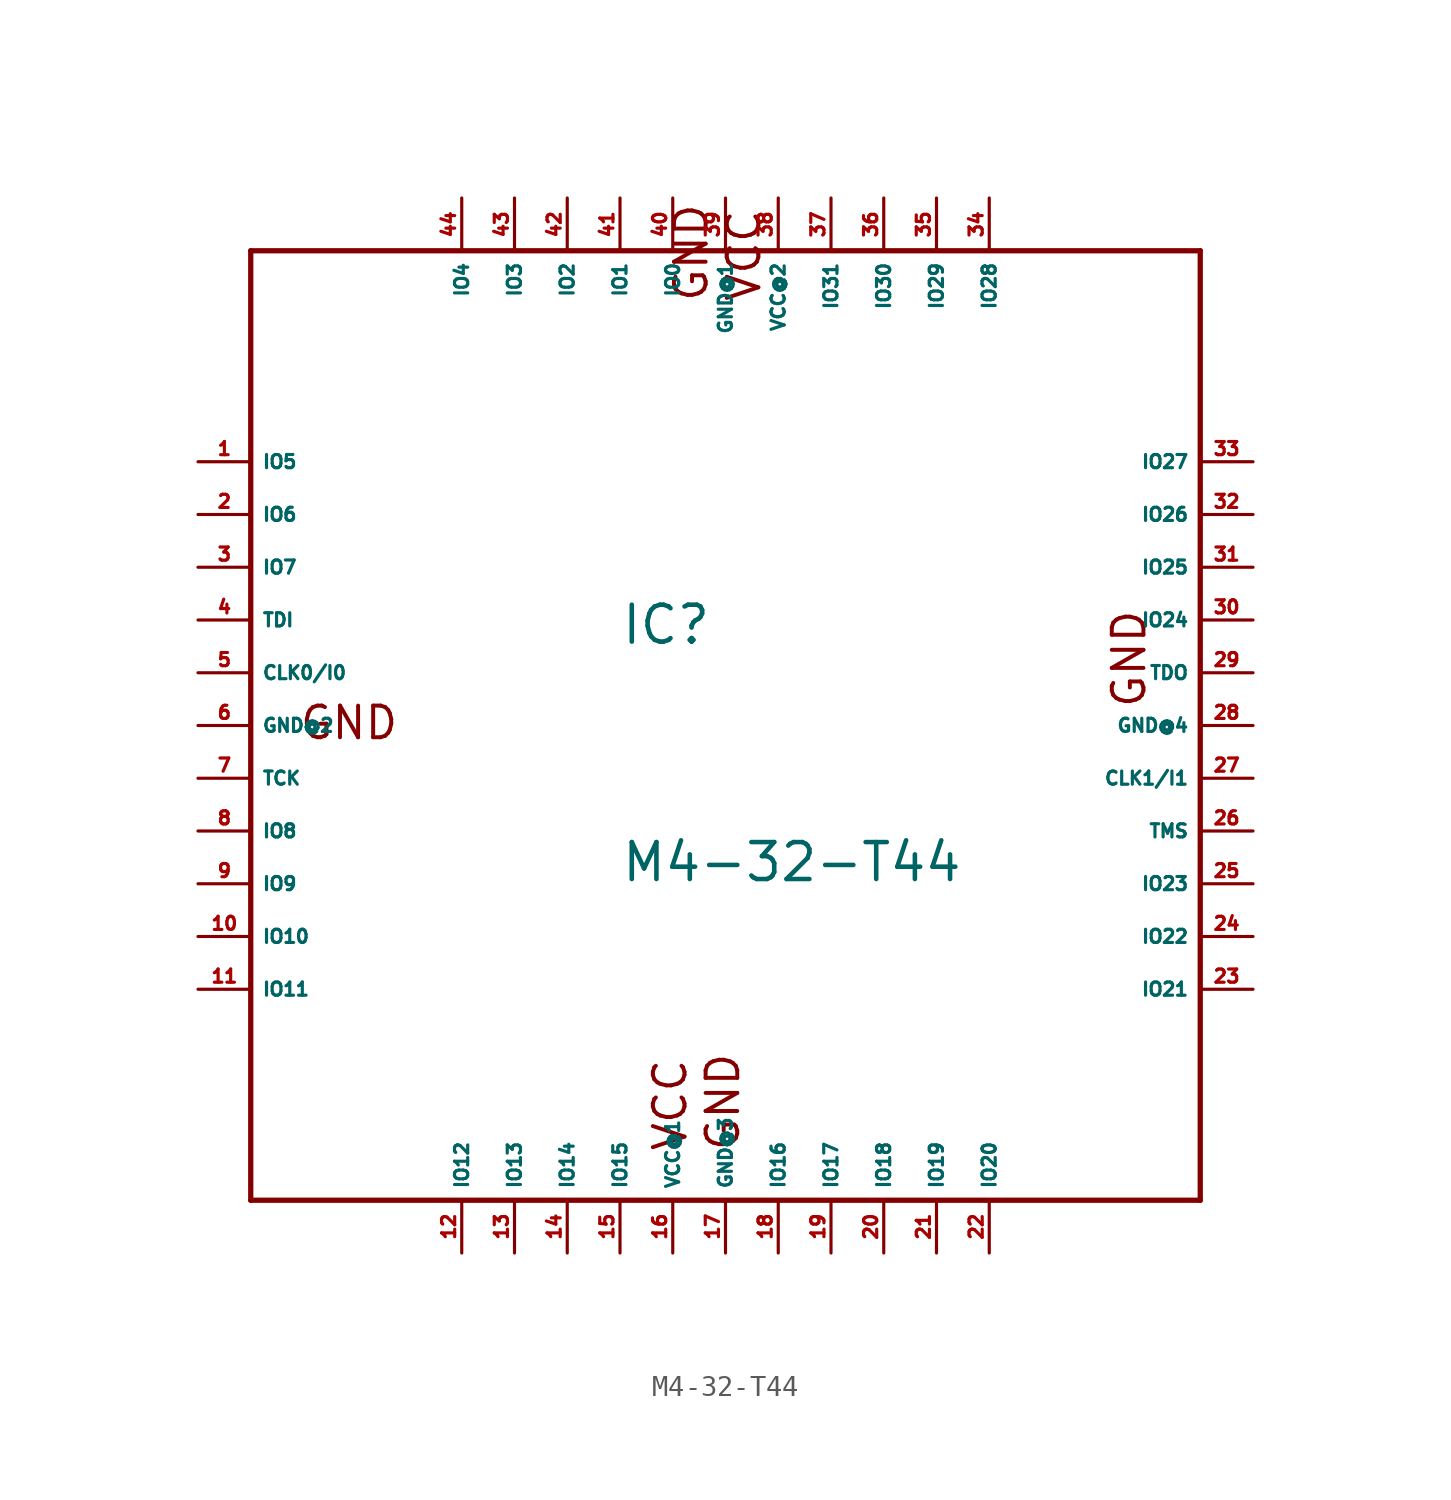
<source format=kicad_sym>
(kicad_symbol_lib
  (version 20220914)
  (generator Eagle2Kicad)
  (symbol "M4-32-T44"
    (property "Reference" "IC"
      (at -5.08 3.81 0)
      (effects (font (size 1.778 1.778) (thickness 0.22)) (justify left bottom)))
    (property "Value" "M4-32-T44"
      (at -5.08 -7.62 0)
      (effects (font (size 1.778 1.778) (thickness 0.22)) (justify left bottom)))
    (polyline
      (pts (xy -22.86 22.86) (xy -22.86 -22.86))
      (stroke (width 0.254) (type default))
      (fill (type none)))
    (polyline
      (pts (xy -22.86 -22.86) (xy 22.86 -22.86))
      (stroke (width 0.254) (type default))
      (fill (type none)))
    (polyline
      (pts (xy 22.86 -22.86) (xy 22.86 22.86))
      (stroke (width 0.254) (type default))
      (fill (type none)))
    (polyline
      (pts (xy 22.86 22.86) (xy -22.86 22.86))
      (stroke (width 0.254) (type default))
      (fill (type none)))
    (text "GND"
      (at -20.574 -0.762 0)
      (effects (font (size 1.524 1.524) (thickness 0.19)) (justify left bottom)))
    (text "GND"
      (at 0.762 -20.574 900)
      (effects (font (size 1.524 1.524) (thickness 0.19)) (justify left bottom)))
    (text "GND"
      (at 20.32 0.762 1800)
      (effects (font (size 1.524 1.524) (thickness 0.19)) (justify left bottom)))
    (text "GND"
      (at -0.762 20.32 2700)
      (effects (font (size 1.524 1.524) (thickness 0.19)) (justify left bottom)))
    (text "VCC"
      (at 1.778 20.32 2700)
      (effects (font (size 1.524 1.524) (thickness 0.19)) (justify left bottom)))
    (text "VCC"
      (at -1.778 -20.574 900)
      (effects (font (size 1.524 1.524) (thickness 0.19)) (justify left bottom)))
    (pin input line
      (at -25.4 2.54 0)
      (length 2.54)
      (name "CLK0/I0" (effects (font (size 0.635 0.635) (thickness 0.08)) (justify left bottom)))
      (number "5" (effects (font (size 0.635 0.635) (thickness 0.08)) (justify left bottom))))
    (pin input line
      (at 25.4 -2.54 180)
      (length 2.54)
      (name "CLK1/I1" (effects (font (size 0.635 0.635) (thickness 0.08)) (justify left bottom)))
      (number "27" (effects (font (size 0.635 0.635) (thickness 0.08)) (justify left bottom))))
    (pin input line
      (at -25.4 5.08 0)
      (length 2.54)
      (name "TDI" (effects (font (size 0.635 0.635) (thickness 0.08)) (justify left bottom)))
      (number "4" (effects (font (size 0.635 0.635) (thickness 0.08)) (justify left bottom))))
    (pin input line
      (at -25.4 -2.54 0)
      (length 2.54)
      (name "TCK" (effects (font (size 0.635 0.635) (thickness 0.08)) (justify left bottom)))
      (number "7" (effects (font (size 0.635 0.635) (thickness 0.08)) (justify left bottom))))
    (pin input line
      (at 25.4 -5.08 180)
      (length 2.54)
      (name "TMS" (effects (font (size 0.635 0.635) (thickness 0.08)) (justify left bottom)))
      (number "26" (effects (font (size 0.635 0.635) (thickness 0.08)) (justify left bottom))))
    (pin output line
      (at 25.4 2.54 180)
      (length 2.54)
      (name "TDO" (effects (font (size 0.635 0.635) (thickness 0.08)) (justify left bottom)))
      (number "29" (effects (font (size 0.635 0.635) (thickness 0.08)) (justify left bottom))))
    (pin bidirectional line
      (at -2.54 25.4 270)
      (length 2.54)
      (name "IO0" (effects (font (size 0.635 0.635) (thickness 0.08)) (justify left bottom)))
      (number "40" (effects (font (size 0.635 0.635) (thickness 0.08)) (justify left bottom))))
    (pin bidirectional line
      (at -5.08 25.4 270)
      (length 2.54)
      (name "IO1" (effects (font (size 0.635 0.635) (thickness 0.08)) (justify left bottom)))
      (number "41" (effects (font (size 0.635 0.635) (thickness 0.08)) (justify left bottom))))
    (pin bidirectional line
      (at -7.62 25.4 270)
      (length 2.54)
      (name "IO2" (effects (font (size 0.635 0.635) (thickness 0.08)) (justify left bottom)))
      (number "42" (effects (font (size 0.635 0.635) (thickness 0.08)) (justify left bottom))))
    (pin bidirectional line
      (at -10.16 25.4 270)
      (length 2.54)
      (name "IO3" (effects (font (size 0.635 0.635) (thickness 0.08)) (justify left bottom)))
      (number "43" (effects (font (size 0.635 0.635) (thickness 0.08)) (justify left bottom))))
    (pin bidirectional line
      (at -12.7 25.4 270)
      (length 2.54)
      (name "IO4" (effects (font (size 0.635 0.635) (thickness 0.08)) (justify left bottom)))
      (number "44" (effects (font (size 0.635 0.635) (thickness 0.08)) (justify left bottom))))
    (pin bidirectional line
      (at -25.4 12.7 0)
      (length 2.54)
      (name "IO5" (effects (font (size 0.635 0.635) (thickness 0.08)) (justify left bottom)))
      (number "1" (effects (font (size 0.635 0.635) (thickness 0.08)) (justify left bottom))))
    (pin bidirectional line
      (at -25.4 10.16 0)
      (length 2.54)
      (name "IO6" (effects (font (size 0.635 0.635) (thickness 0.08)) (justify left bottom)))
      (number "2" (effects (font (size 0.635 0.635) (thickness 0.08)) (justify left bottom))))
    (pin bidirectional line
      (at -25.4 7.62 0)
      (length 2.54)
      (name "IO7" (effects (font (size 0.635 0.635) (thickness 0.08)) (justify left bottom)))
      (number "3" (effects (font (size 0.635 0.635) (thickness 0.08)) (justify left bottom))))
    (pin bidirectional line
      (at -25.4 -5.08 0)
      (length 2.54)
      (name "IO8" (effects (font (size 0.635 0.635) (thickness 0.08)) (justify left bottom)))
      (number "8" (effects (font (size 0.635 0.635) (thickness 0.08)) (justify left bottom))))
    (pin bidirectional line
      (at -25.4 -7.62 0)
      (length 2.54)
      (name "IO9" (effects (font (size 0.635 0.635) (thickness 0.08)) (justify left bottom)))
      (number "9" (effects (font (size 0.635 0.635) (thickness 0.08)) (justify left bottom))))
    (pin bidirectional line
      (at -25.4 -10.16 0)
      (length 2.54)
      (name "IO10" (effects (font (size 0.635 0.635) (thickness 0.08)) (justify left bottom)))
      (number "10" (effects (font (size 0.635 0.635) (thickness 0.08)) (justify left bottom))))
    (pin bidirectional line
      (at -25.4 -12.7 0)
      (length 2.54)
      (name "IO11" (effects (font (size 0.635 0.635) (thickness 0.08)) (justify left bottom)))
      (number "11" (effects (font (size 0.635 0.635) (thickness 0.08)) (justify left bottom))))
    (pin bidirectional line
      (at -12.7 -25.4 90)
      (length 2.54)
      (name "IO12" (effects (font (size 0.635 0.635) (thickness 0.08)) (justify left bottom)))
      (number "12" (effects (font (size 0.635 0.635) (thickness 0.08)) (justify left bottom))))
    (pin bidirectional line
      (at -10.16 -25.4 90)
      (length 2.54)
      (name "IO13" (effects (font (size 0.635 0.635) (thickness 0.08)) (justify left bottom)))
      (number "13" (effects (font (size 0.635 0.635) (thickness 0.08)) (justify left bottom))))
    (pin bidirectional line
      (at -7.62 -25.4 90)
      (length 2.54)
      (name "IO14" (effects (font (size 0.635 0.635) (thickness 0.08)) (justify left bottom)))
      (number "14" (effects (font (size 0.635 0.635) (thickness 0.08)) (justify left bottom))))
    (pin bidirectional line
      (at -5.08 -25.4 90)
      (length 2.54)
      (name "IO15" (effects (font (size 0.635 0.635) (thickness 0.08)) (justify left bottom)))
      (number "15" (effects (font (size 0.635 0.635) (thickness 0.08)) (justify left bottom))))
    (pin bidirectional line
      (at 2.54 -25.4 90)
      (length 2.54)
      (name "IO16" (effects (font (size 0.635 0.635) (thickness 0.08)) (justify left bottom)))
      (number "18" (effects (font (size 0.635 0.635) (thickness 0.08)) (justify left bottom))))
    (pin bidirectional line
      (at 5.08 -25.4 90)
      (length 2.54)
      (name "IO17" (effects (font (size 0.635 0.635) (thickness 0.08)) (justify left bottom)))
      (number "19" (effects (font (size 0.635 0.635) (thickness 0.08)) (justify left bottom))))
    (pin bidirectional line
      (at 7.62 -25.4 90)
      (length 2.54)
      (name "IO18" (effects (font (size 0.635 0.635) (thickness 0.08)) (justify left bottom)))
      (number "20" (effects (font (size 0.635 0.635) (thickness 0.08)) (justify left bottom))))
    (pin bidirectional line
      (at 10.16 -25.4 90)
      (length 2.54)
      (name "IO19" (effects (font (size 0.635 0.635) (thickness 0.08)) (justify left bottom)))
      (number "21" (effects (font (size 0.635 0.635) (thickness 0.08)) (justify left bottom))))
    (pin bidirectional line
      (at 12.7 -25.4 90)
      (length 2.54)
      (name "IO20" (effects (font (size 0.635 0.635) (thickness 0.08)) (justify left bottom)))
      (number "22" (effects (font (size 0.635 0.635) (thickness 0.08)) (justify left bottom))))
    (pin bidirectional line
      (at 25.4 -12.7 180)
      (length 2.54)
      (name "IO21" (effects (font (size 0.635 0.635) (thickness 0.08)) (justify left bottom)))
      (number "23" (effects (font (size 0.635 0.635) (thickness 0.08)) (justify left bottom))))
    (pin bidirectional line
      (at 25.4 -10.16 180)
      (length 2.54)
      (name "IO22" (effects (font (size 0.635 0.635) (thickness 0.08)) (justify left bottom)))
      (number "24" (effects (font (size 0.635 0.635) (thickness 0.08)) (justify left bottom))))
    (pin bidirectional line
      (at 25.4 -7.62 180)
      (length 2.54)
      (name "IO23" (effects (font (size 0.635 0.635) (thickness 0.08)) (justify left bottom)))
      (number "25" (effects (font (size 0.635 0.635) (thickness 0.08)) (justify left bottom))))
    (pin bidirectional line
      (at 25.4 5.08 180)
      (length 2.54)
      (name "IO24" (effects (font (size 0.635 0.635) (thickness 0.08)) (justify left bottom)))
      (number "30" (effects (font (size 0.635 0.635) (thickness 0.08)) (justify left bottom))))
    (pin bidirectional line
      (at 25.4 7.62 180)
      (length 2.54)
      (name "IO25" (effects (font (size 0.635 0.635) (thickness 0.08)) (justify left bottom)))
      (number "31" (effects (font (size 0.635 0.635) (thickness 0.08)) (justify left bottom))))
    (pin bidirectional line
      (at 25.4 10.16 180)
      (length 2.54)
      (name "IO26" (effects (font (size 0.635 0.635) (thickness 0.08)) (justify left bottom)))
      (number "32" (effects (font (size 0.635 0.635) (thickness 0.08)) (justify left bottom))))
    (pin bidirectional line
      (at 25.4 12.7 180)
      (length 2.54)
      (name "IO27" (effects (font (size 0.635 0.635) (thickness 0.08)) (justify left bottom)))
      (number "33" (effects (font (size 0.635 0.635) (thickness 0.08)) (justify left bottom))))
    (pin bidirectional line
      (at 12.7 25.4 270)
      (length 2.54)
      (name "IO28" (effects (font (size 0.635 0.635) (thickness 0.08)) (justify left bottom)))
      (number "34" (effects (font (size 0.635 0.635) (thickness 0.08)) (justify left bottom))))
    (pin bidirectional line
      (at 10.16 25.4 270)
      (length 2.54)
      (name "IO29" (effects (font (size 0.635 0.635) (thickness 0.08)) (justify left bottom)))
      (number "35" (effects (font (size 0.635 0.635) (thickness 0.08)) (justify left bottom))))
    (pin bidirectional line
      (at 7.62 25.4 270)
      (length 2.54)
      (name "IO30" (effects (font (size 0.635 0.635) (thickness 0.08)) (justify left bottom)))
      (number "36" (effects (font (size 0.635 0.635) (thickness 0.08)) (justify left bottom))))
    (pin bidirectional line
      (at 5.08 25.4 270)
      (length 2.54)
      (name "IO31" (effects (font (size 0.635 0.635) (thickness 0.08)) (justify left bottom)))
      (number "37" (effects (font (size 0.635 0.635) (thickness 0.08)) (justify left bottom))))
    (pin unspecified line
      (at 0 25.4 270)
      (length 2.54)
      (name "GND@1" (effects (font (size 0.635 0.635) (thickness 0.08)) (justify left bottom)))
      (number "39" (effects (font (size 0.635 0.635) (thickness 0.08)) (justify left bottom))))
    (pin unspecified line
      (at -25.4 0 0)
      (length 2.54)
      (name "GND@2" (effects (font (size 0.635 0.635) (thickness 0.08)) (justify left bottom)))
      (number "6" (effects (font (size 0.635 0.635) (thickness 0.08)) (justify left bottom))))
    (pin unspecified line
      (at 0 -25.4 90)
      (length 2.54)
      (name "GND@3" (effects (font (size 0.635 0.635) (thickness 0.08)) (justify left bottom)))
      (number "17" (effects (font (size 0.635 0.635) (thickness 0.08)) (justify left bottom))))
    (pin unspecified line
      (at 25.4 0 180)
      (length 2.54)
      (name "GND@4" (effects (font (size 0.635 0.635) (thickness 0.08)) (justify left bottom)))
      (number "28" (effects (font (size 0.635 0.635) (thickness 0.08)) (justify left bottom))))
    (pin unspecified line
      (at -2.54 -25.4 90)
      (length 2.54)
      (name "VCC@1" (effects (font (size 0.635 0.635) (thickness 0.08)) (justify left bottom)))
      (number "16" (effects (font (size 0.635 0.635) (thickness 0.08)) (justify left bottom))))
    (pin unspecified line
      (at 2.54 25.4 270)
      (length 2.54)
      (name "VCC@2" (effects (font (size 0.635 0.635) (thickness 0.08)) (justify left bottom)))
      (number "38" (effects (font (size 0.635 0.635) (thickness 0.08)) (justify left bottom))))))
</source>
